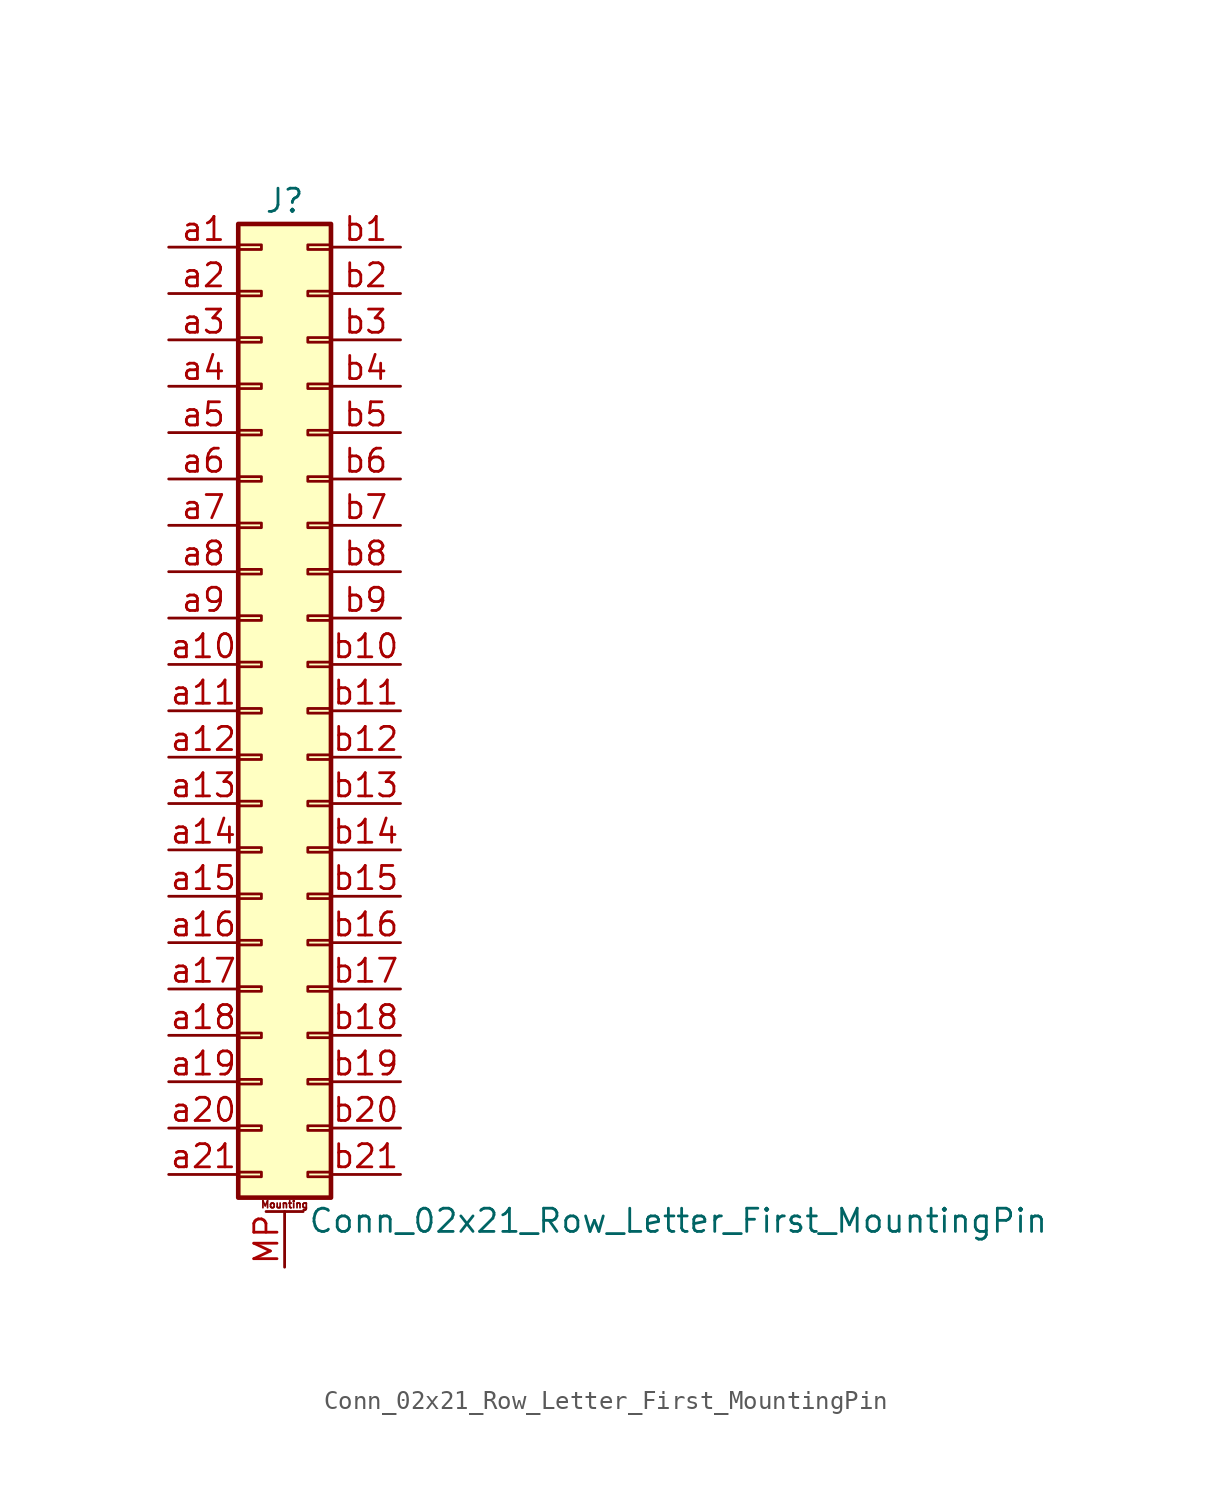
<source format=kicad_sym>
(kicad_symbol_lib
  (version 20201005)
  (generator kicad_symbol_editor)
  (symbol "Conn_02x21_Row_Letter_First_MountingPin"
    (pin_names
      (offset 1.016) hide)
    (property "Reference" "J"
      (at 1.27 27.94 0)
      (effects (font (size 1.27 1.27))))
    (property "Value" "Conn_02x21_Row_Letter_First_MountingPin"
      (at 2.54 -27.94 0)
      (effects (font (size 1.27 1.27)) (justify left)))
    (symbol "Conn_02x21_Row_Letter_First_MountingPin_1_1"
      (text "Mounting" (at 1.27 -27.051 0) (effects (font (size 0.381 0.381))))
      (rectangle (start -1.27 -25.273) (end 0 -25.527) (stroke (width 0.152)) (fill (type none)))
      (rectangle (start -1.27 -22.733) (end 0 -22.987) (stroke (width 0.152)) (fill (type none)))
      (rectangle (start -1.27 -20.193) (end 0 -20.447) (stroke (width 0.152)) (fill (type none)))
      (rectangle (start -1.27 -17.653) (end 0 -17.907) (stroke (width 0.152)) (fill (type none)))
      (rectangle (start -1.27 -15.113) (end 0 -15.367) (stroke (width 0.152)) (fill (type none)))
      (rectangle (start -1.27 -12.573) (end 0 -12.827) (stroke (width 0.152)) (fill (type none)))
      (rectangle (start -1.27 -10.033) (end 0 -10.287) (stroke (width 0.152)) (fill (type none)))
      (rectangle (start -1.27 -7.493) (end 0 -7.747) (stroke (width 0.152)) (fill (type none)))
      (rectangle (start -1.27 -4.953) (end 0 -5.207) (stroke (width 0.152)) (fill (type none)))
      (rectangle (start -1.27 -2.413) (end 0 -2.667) (stroke (width 0.152)) (fill (type none)))
      (rectangle (start -1.27 0.127) (end 0 -0.127) (stroke (width 0.152)) (fill (type none)))
      (rectangle (start -1.27 2.667) (end 0 2.413) (stroke (width 0.152)) (fill (type none)))
      (rectangle (start -1.27 5.207) (end 0 4.953) (stroke (width 0.152)) (fill (type none)))
      (rectangle (start -1.27 7.747) (end 0 7.493) (stroke (width 0.152)) (fill (type none)))
      (rectangle (start -1.27 10.287) (end 0 10.033) (stroke (width 0.152)) (fill (type none)))
      (rectangle (start -1.27 12.827) (end 0 12.573) (stroke (width 0.152)) (fill (type none)))
      (rectangle (start -1.27 15.367) (end 0 15.113) (stroke (width 0.152)) (fill (type none)))
      (rectangle (start -1.27 17.907) (end 0 17.653) (stroke (width 0.152)) (fill (type none)))
      (rectangle (start -1.27 20.447) (end 0 20.193) (stroke (width 0.152)) (fill (type none)))
      (rectangle (start -1.27 22.987) (end 0 22.733) (stroke (width 0.152)) (fill (type none)))
      (rectangle (start -1.27 25.527) (end 0 25.273) (stroke (width 0.152)) (fill (type none)))
      (rectangle (start -1.27 26.67) (end 3.81 -26.67) (stroke (width 0.254)) (fill (type background)))
      (rectangle (start 3.81 -25.273) (end 2.54 -25.527) (stroke (width 0.152)) (fill (type none)))
      (rectangle (start 3.81 -22.733) (end 2.54 -22.987) (stroke (width 0.152)) (fill (type none)))
      (rectangle (start 3.81 -20.193) (end 2.54 -20.447) (stroke (width 0.152)) (fill (type none)))
      (rectangle (start 3.81 -17.653) (end 2.54 -17.907) (stroke (width 0.152)) (fill (type none)))
      (rectangle (start 3.81 -15.113) (end 2.54 -15.367) (stroke (width 0.152)) (fill (type none)))
      (rectangle (start 3.81 -12.573) (end 2.54 -12.827) (stroke (width 0.152)) (fill (type none)))
      (rectangle (start 3.81 -10.033) (end 2.54 -10.287) (stroke (width 0.152)) (fill (type none)))
      (rectangle (start 3.81 -7.493) (end 2.54 -7.747) (stroke (width 0.152)) (fill (type none)))
      (rectangle (start 3.81 -4.953) (end 2.54 -5.207) (stroke (width 0.152)) (fill (type none)))
      (rectangle (start 3.81 -2.413) (end 2.54 -2.667) (stroke (width 0.152)) (fill (type none)))
      (rectangle (start 3.81 0.127) (end 2.54 -0.127) (stroke (width 0.152)) (fill (type none)))
      (rectangle (start 3.81 2.667) (end 2.54 2.413) (stroke (width 0.152)) (fill (type none)))
      (rectangle (start 3.81 5.207) (end 2.54 4.953) (stroke (width 0.152)) (fill (type none)))
      (rectangle (start 3.81 7.747) (end 2.54 7.493) (stroke (width 0.152)) (fill (type none)))
      (rectangle (start 3.81 10.287) (end 2.54 10.033) (stroke (width 0.152)) (fill (type none)))
      (rectangle (start 3.81 12.827) (end 2.54 12.573) (stroke (width 0.152)) (fill (type none)))
      (rectangle (start 3.81 15.367) (end 2.54 15.113) (stroke (width 0.152)) (fill (type none)))
      (rectangle (start 3.81 17.907) (end 2.54 17.653) (stroke (width 0.152)) (fill (type none)))
      (rectangle (start 3.81 20.447) (end 2.54 20.193) (stroke (width 0.152)) (fill (type none)))
      (rectangle (start 3.81 22.987) (end 2.54 22.733) (stroke (width 0.152)) (fill (type none)))
      (rectangle (start 3.81 25.527) (end 2.54 25.273) (stroke (width 0.152)) (fill (type none)))
      (polyline (pts (xy 0.254 -27.432) (xy 2.286 -27.432)) (stroke (width 0.152)) (fill (type none)))
      (pin passive line (at 1.27 -30.48 90) (length 3.048) (name "MountPin" (effects (font (size 1.27 1.27)))) (number "MP" (effects (font (size 1.27 1.27)))))
      (pin passive line (at -5.08 25.4 0) (length 3.81) (name "Pin_a1" (effects (font (size 1.27 1.27)))) (number "a1" (effects (font (size 1.27 1.27)))))
      (pin passive line (at -5.08 2.54 0) (length 3.81) (name "Pin_a10" (effects (font (size 1.27 1.27)))) (number "a10" (effects (font (size 1.27 1.27)))))
      (pin passive line (at -5.08 0 0) (length 3.81) (name "Pin_a11" (effects (font (size 1.27 1.27)))) (number "a11" (effects (font (size 1.27 1.27)))))
      (pin passive line (at -5.08 -2.54 0) (length 3.81) (name "Pin_a12" (effects (font (size 1.27 1.27)))) (number "a12" (effects (font (size 1.27 1.27)))))
      (pin passive line (at -5.08 -5.08 0) (length 3.81) (name "Pin_a13" (effects (font (size 1.27 1.27)))) (number "a13" (effects (font (size 1.27 1.27)))))
      (pin passive line (at -5.08 -7.62 0) (length 3.81) (name "Pin_a14" (effects (font (size 1.27 1.27)))) (number "a14" (effects (font (size 1.27 1.27)))))
      (pin passive line (at -5.08 -10.16 0) (length 3.81) (name "Pin_a15" (effects (font (size 1.27 1.27)))) (number "a15" (effects (font (size 1.27 1.27)))))
      (pin passive line (at -5.08 -12.7 0) (length 3.81) (name "Pin_a16" (effects (font (size 1.27 1.27)))) (number "a16" (effects (font (size 1.27 1.27)))))
      (pin passive line (at -5.08 -15.24 0) (length 3.81) (name "Pin_a17" (effects (font (size 1.27 1.27)))) (number "a17" (effects (font (size 1.27 1.27)))))
      (pin passive line (at -5.08 -17.78 0) (length 3.81) (name "Pin_a18" (effects (font (size 1.27 1.27)))) (number "a18" (effects (font (size 1.27 1.27)))))
      (pin passive line (at -5.08 -20.32 0) (length 3.81) (name "Pin_a19" (effects (font (size 1.27 1.27)))) (number "a19" (effects (font (size 1.27 1.27)))))
      (pin passive line (at -5.08 22.86 0) (length 3.81) (name "Pin_a2" (effects (font (size 1.27 1.27)))) (number "a2" (effects (font (size 1.27 1.27)))))
      (pin passive line (at -5.08 -22.86 0) (length 3.81) (name "Pin_a20" (effects (font (size 1.27 1.27)))) (number "a20" (effects (font (size 1.27 1.27)))))
      (pin passive line (at -5.08 -25.4 0) (length 3.81) (name "Pin_a21" (effects (font (size 1.27 1.27)))) (number "a21" (effects (font (size 1.27 1.27)))))
      (pin passive line (at -5.08 20.32 0) (length 3.81) (name "Pin_a3" (effects (font (size 1.27 1.27)))) (number "a3" (effects (font (size 1.27 1.27)))))
      (pin passive line (at -5.08 17.78 0) (length 3.81) (name "Pin_a4" (effects (font (size 1.27 1.27)))) (number "a4" (effects (font (size 1.27 1.27)))))
      (pin passive line (at -5.08 15.24 0) (length 3.81) (name "Pin_a5" (effects (font (size 1.27 1.27)))) (number "a5" (effects (font (size 1.27 1.27)))))
      (pin passive line (at -5.08 12.7 0) (length 3.81) (name "Pin_a6" (effects (font (size 1.27 1.27)))) (number "a6" (effects (font (size 1.27 1.27)))))
      (pin passive line (at -5.08 10.16 0) (length 3.81) (name "Pin_a7" (effects (font (size 1.27 1.27)))) (number "a7" (effects (font (size 1.27 1.27)))))
      (pin passive line (at -5.08 7.62 0) (length 3.81) (name "Pin_a8" (effects (font (size 1.27 1.27)))) (number "a8" (effects (font (size 1.27 1.27)))))
      (pin passive line (at -5.08 5.08 0) (length 3.81) (name "Pin_a9" (effects (font (size 1.27 1.27)))) (number "a9" (effects (font (size 1.27 1.27)))))
      (pin passive line (at 7.62 25.4 180) (length 3.81) (name "Pin_b1" (effects (font (size 1.27 1.27)))) (number "b1" (effects (font (size 1.27 1.27)))))
      (pin passive line (at 7.62 2.54 180) (length 3.81) (name "Pin_b10" (effects (font (size 1.27 1.27)))) (number "b10" (effects (font (size 1.27 1.27)))))
      (pin passive line (at 7.62 0 180) (length 3.81) (name "Pin_b11" (effects (font (size 1.27 1.27)))) (number "b11" (effects (font (size 1.27 1.27)))))
      (pin passive line (at 7.62 -2.54 180) (length 3.81) (name "Pin_b12" (effects (font (size 1.27 1.27)))) (number "b12" (effects (font (size 1.27 1.27)))))
      (pin passive line (at 7.62 -5.08 180) (length 3.81) (name "Pin_b13" (effects (font (size 1.27 1.27)))) (number "b13" (effects (font (size 1.27 1.27)))))
      (pin passive line (at 7.62 -7.62 180) (length 3.81) (name "Pin_b14" (effects (font (size 1.27 1.27)))) (number "b14" (effects (font (size 1.27 1.27)))))
      (pin passive line (at 7.62 -10.16 180) (length 3.81) (name "Pin_b15" (effects (font (size 1.27 1.27)))) (number "b15" (effects (font (size 1.27 1.27)))))
      (pin passive line (at 7.62 -12.7 180) (length 3.81) (name "Pin_b16" (effects (font (size 1.27 1.27)))) (number "b16" (effects (font (size 1.27 1.27)))))
      (pin passive line (at 7.62 -15.24 180) (length 3.81) (name "Pin_b17" (effects (font (size 1.27 1.27)))) (number "b17" (effects (font (size 1.27 1.27)))))
      (pin passive line (at 7.62 -17.78 180) (length 3.81) (name "Pin_b18" (effects (font (size 1.27 1.27)))) (number "b18" (effects (font (size 1.27 1.27)))))
      (pin passive line (at 7.62 -20.32 180) (length 3.81) (name "Pin_b19" (effects (font (size 1.27 1.27)))) (number "b19" (effects (font (size 1.27 1.27)))))
      (pin passive line (at 7.62 22.86 180) (length 3.81) (name "Pin_b2" (effects (font (size 1.27 1.27)))) (number "b2" (effects (font (size 1.27 1.27)))))
      (pin passive line (at 7.62 -22.86 180) (length 3.81) (name "Pin_b20" (effects (font (size 1.27 1.27)))) (number "b20" (effects (font (size 1.27 1.27)))))
      (pin passive line (at 7.62 -25.4 180) (length 3.81) (name "Pin_b21" (effects (font (size 1.27 1.27)))) (number "b21" (effects (font (size 1.27 1.27)))))
      (pin passive line (at 7.62 20.32 180) (length 3.81) (name "Pin_b3" (effects (font (size 1.27 1.27)))) (number "b3" (effects (font (size 1.27 1.27)))))
      (pin passive line (at 7.62 17.78 180) (length 3.81) (name "Pin_b4" (effects (font (size 1.27 1.27)))) (number "b4" (effects (font (size 1.27 1.27)))))
      (pin passive line (at 7.62 15.24 180) (length 3.81) (name "Pin_b5" (effects (font (size 1.27 1.27)))) (number "b5" (effects (font (size 1.27 1.27)))))
      (pin passive line (at 7.62 12.7 180) (length 3.81) (name "Pin_b6" (effects (font (size 1.27 1.27)))) (number "b6" (effects (font (size 1.27 1.27)))))
      (pin passive line (at 7.62 10.16 180) (length 3.81) (name "Pin_b7" (effects (font (size 1.27 1.27)))) (number "b7" (effects (font (size 1.27 1.27)))))
      (pin passive line (at 7.62 7.62 180) (length 3.81) (name "Pin_b8" (effects (font (size 1.27 1.27)))) (number "b8" (effects (font (size 1.27 1.27)))))
      (pin passive line (at 7.62 5.08 180) (length 3.81) (name "Pin_b9" (effects (font (size 1.27 1.27)))) (number "b9" (effects (font (size 1.27 1.27))))))))
</source>
